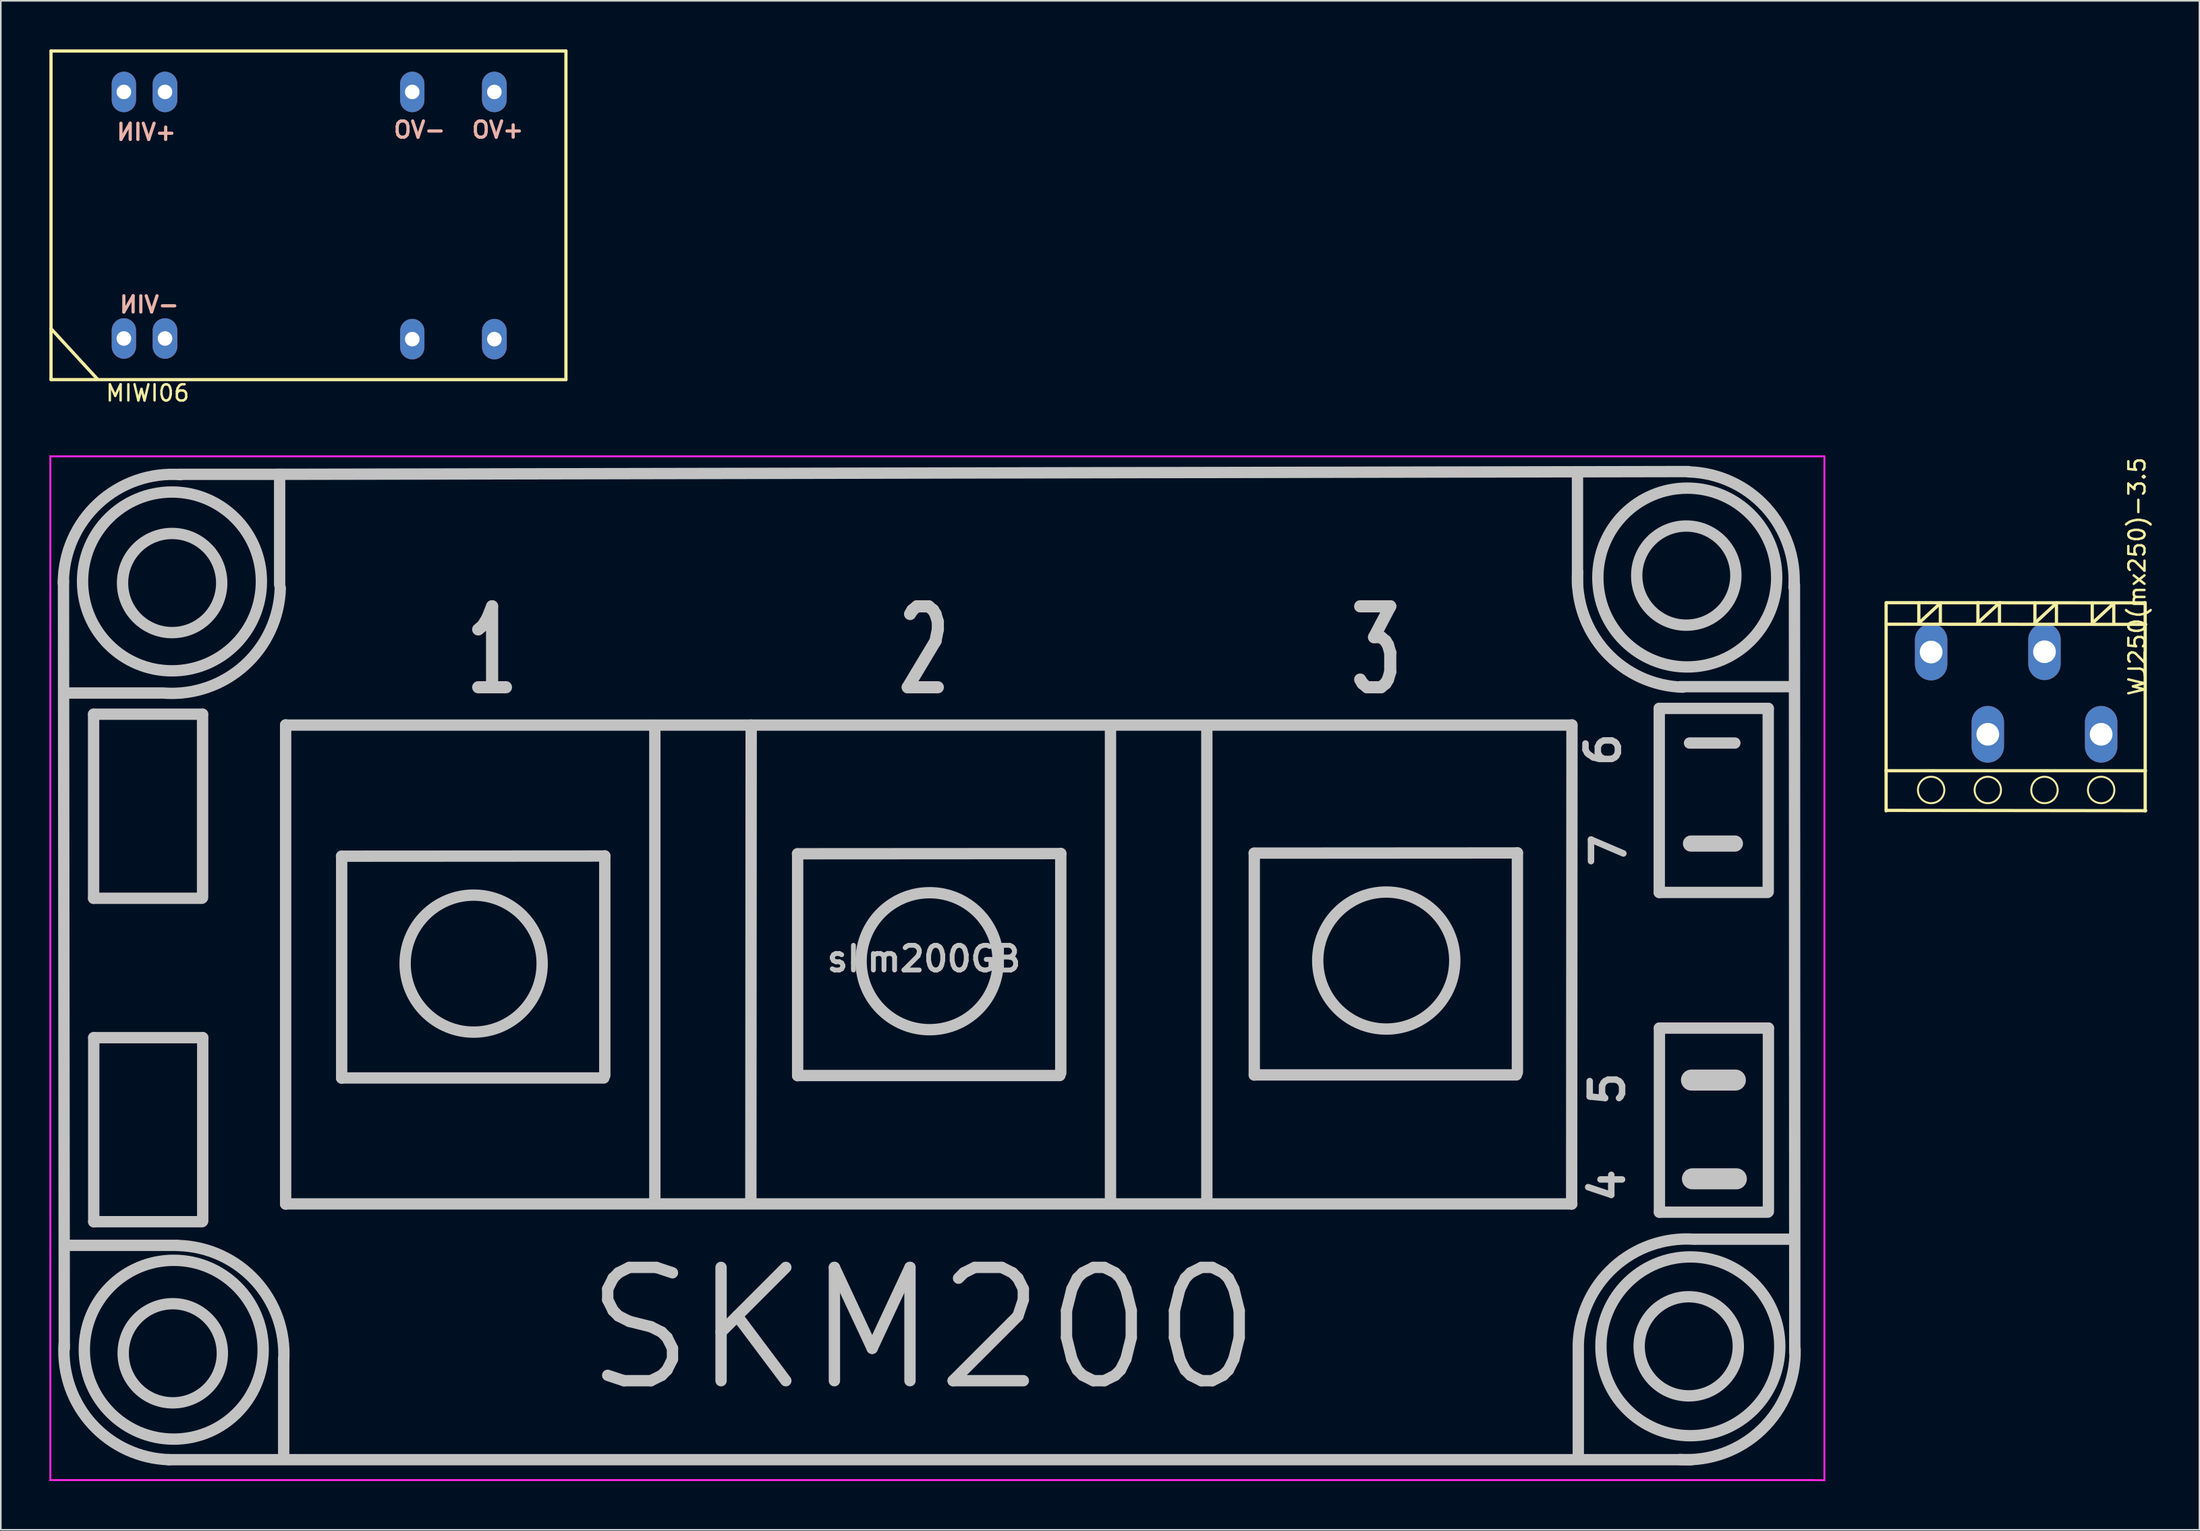
<source format=kicad_pcb>
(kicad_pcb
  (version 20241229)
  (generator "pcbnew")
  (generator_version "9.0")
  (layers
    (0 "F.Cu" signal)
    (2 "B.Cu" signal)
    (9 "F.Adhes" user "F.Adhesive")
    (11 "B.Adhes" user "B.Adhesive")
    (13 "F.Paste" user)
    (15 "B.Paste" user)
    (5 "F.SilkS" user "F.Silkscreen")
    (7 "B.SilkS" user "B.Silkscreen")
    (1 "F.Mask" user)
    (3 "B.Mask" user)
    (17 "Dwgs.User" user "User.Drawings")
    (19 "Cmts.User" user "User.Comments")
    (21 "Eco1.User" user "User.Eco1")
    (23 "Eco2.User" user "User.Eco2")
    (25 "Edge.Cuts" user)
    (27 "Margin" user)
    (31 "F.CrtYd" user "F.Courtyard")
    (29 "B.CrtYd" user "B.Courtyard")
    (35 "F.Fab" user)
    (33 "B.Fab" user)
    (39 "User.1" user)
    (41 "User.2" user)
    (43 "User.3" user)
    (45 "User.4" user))
  (footprint "skm200GB"
    (layer "F.Cu")
    (at 54.01 56.18)
    (property "Reference" "skm200GB" (at 0 0 0) (layer "Dwgs.User") (effects (font (size 1.524 1.524) (thickness 0.3))))
    (attr through_hole)
    (fp_line (start -53.09 24.07) (end -53.14 -23.36) (stroke (width 0.7) (type solid)) (layer "Dwgs.User"))
    (fp_line (start -51.28 -15.11) (end -51.28 -3.74) (stroke (width 0.7) (type solid)) (layer "Dwgs.User"))
    (fp_line (start -51.28 -3.74) (end -44.59 -3.74) (stroke (width 0.7) (type solid)) (layer "Dwgs.User"))
    (fp_line (start -51.27 4.87) (end -51.27 16.24) (stroke (width 0.7) (type solid)) (layer "Dwgs.User"))
    (fp_line (start -51.27 16.24) (end -44.58 16.24) (stroke (width 0.7) (type solid)) (layer "Dwgs.User"))
    (fp_line (start -47.01 -16.42) (end -53.08 -16.42) (stroke (width 0.7) (type solid)) (layer "Dwgs.User"))
    (fp_line (start -46.11 17.7) (end -53.05 17.7) (stroke (width 0.7) (type solid)) (layer "Dwgs.User"))
    (fp_line (start -44.55 -15.11) (end -51.28 -15.11) (stroke (width 0.7) (type solid)) (layer "Dwgs.User"))
    (fp_line (start -44.55 -3.78) (end -44.55 -15.11) (stroke (width 0.7) (type solid)) (layer "Dwgs.User"))
    (fp_line (start -44.54 4.87) (end -51.27 4.87) (stroke (width 0.7) (type solid)) (layer "Dwgs.User"))
    (fp_line (start -44.54 16.2) (end -44.54 4.87) (stroke (width 0.7) (type solid)) (layer "Dwgs.User"))
    (fp_line (start -39.79 -23.11) (end -39.79 -29.58) (stroke (width 0.7) (type solid)) (layer "Dwgs.User"))
    (fp_line (start -39.54 -29.93) (end -46.01 -29.93) (stroke (width 0.7) (type solid)) (layer "Dwgs.User"))
    (fp_line (start -39.54 24.71) (end -39.54 30.78) (stroke (width 0.7) (type solid)) (layer "Dwgs.User"))
    (fp_line (start -39.42 -14.45) (end -39.42 15.15) (stroke (width 0.7) (type solid)) (layer "Dwgs.User"))
    (fp_line (start -35.97 -6.34) (end -19.71 -6.35) (stroke (width 0.7) (type solid)) (layer "Dwgs.User"))
    (fp_line (start -35.96 -6.33) (end -35.96 7.37) (stroke (width 0.7) (type solid)) (layer "Dwgs.User"))
    (fp_line (start -35.96 7.36) (end -19.77 7.36) (stroke (width 0.7) (type solid)) (layer "Dwgs.User"))
    (fp_line (start -19.71 -6.36) (end -19.71 7.2) (stroke (width 0.7) (type solid)) (layer "Dwgs.User"))
    (fp_line (start -16.62 -14.43) (end -16.62 15.1) (stroke (width 0.7) (type solid)) (layer "Dwgs.User"))
    (fp_line (start -10.67 -14.44) (end -10.69 15.12) (stroke (width 0.7) (type solid)) (layer "Dwgs.User"))
    (fp_line (start -7.81 -6.49) (end 8.45 -6.5) (stroke (width 0.7) (type solid)) (layer "Dwgs.User"))
    (fp_line (start -7.8 -6.48) (end -7.8 7.22) (stroke (width 0.7) (type solid)) (layer "Dwgs.User"))
    (fp_line (start -7.8 7.21) (end 8.39 7.21) (stroke (width 0.7) (type solid)) (layer "Dwgs.User"))
    (fp_line (start 8.45 -6.51) (end 8.45 7.05) (stroke (width 0.7) (type solid)) (layer "Dwgs.User"))
    (fp_line (start 11.52 -14.42) (end 11.52 15.11) (stroke (width 0.7) (type solid)) (layer "Dwgs.User"))
    (fp_line (start 17.47 -14.41) (end 17.47 15.12) (stroke (width 0.7) (type solid)) (layer "Dwgs.User"))
    (fp_line (start 20.39 -6.53) (end 36.65 -6.54) (stroke (width 0.7) (type solid)) (layer "Dwgs.User"))
    (fp_line (start 20.4 -6.52) (end 20.4 7.18) (stroke (width 0.7) (type solid)) (layer "Dwgs.User"))
    (fp_line (start 20.4 7.17) (end 36.59 7.17) (stroke (width 0.7) (type solid)) (layer "Dwgs.User"))
    (fp_line (start 36.65 -6.55) (end 36.65 7.01) (stroke (width 0.7) (type solid)) (layer "Dwgs.User"))
    (fp_line (start 40.01 -14.44) (end -39.42 -14.44) (stroke (width 0.7) (type solid)) (layer "Dwgs.User"))
    (fp_line (start 40.01 15.14) (end -39.42 15.14) (stroke (width 0.7) (type solid)) (layer "Dwgs.User"))
    (fp_line (start 40.02 -14.45) (end 40 15.15) (stroke (width 0.7) (type solid)) (layer "Dwgs.User"))
    (fp_line (start 40.36 -30.06) (end 40.36 -23.07) (stroke (width 0.7) (type solid)) (layer "Dwgs.User"))
    (fp_line (start 40.41 23.98) (end 40.41 30.85) (stroke (width 0.7) (type solid)) (layer "Dwgs.User"))
    (fp_line (start 45.41 -15.47) (end 45.41 -4.1) (stroke (width 0.7) (type solid)) (layer "Dwgs.User"))
    (fp_line (start 45.41 -4.1) (end 52.1 -4.1) (stroke (width 0.7) (type solid)) (layer "Dwgs.User"))
    (fp_line (start 45.42 4.28) (end 45.42 15.65) (stroke (width 0.7) (type solid)) (layer "Dwgs.User"))
    (fp_line (start 45.42 15.65) (end 52.11 15.65) (stroke (width 0.7) (type solid)) (layer "Dwgs.User"))
    (fp_line (start 47.2 -30.1) (end -39.97 -29.93) (stroke (width 0.7) (type solid)) (layer "Dwgs.User"))
    (fp_line (start 47.41 30.94) (end -46.65 30.94) (stroke (width 0.7) (type solid)) (layer "Dwgs.User"))
    (fp_line (start 47.64 17.32) (end 53.72 17.32) (stroke (width 0.7) (type solid)) (layer "Dwgs.User"))
    (fp_line (start 50.08 -13.33) (end 47.28 -13.33) (stroke (width 0.7) (type solid)) (layer "Dwgs.User"))
    (fp_line (start 50.08 -7.12) (end 47.37 -7.12) (stroke (width 1) (type solid)) (layer "Dwgs.User"))
    (fp_line (start 50.11 7.49) (end 47.4 7.49) (stroke (width 1.3) (type solid)) (layer "Dwgs.User"))
    (fp_line (start 50.17 13.59) (end 47.46 13.59) (stroke (width 1.3) (type solid)) (layer "Dwgs.User"))
    (fp_line (start 52.14 -15.47) (end 45.41 -15.47) (stroke (width 0.7) (type solid)) (layer "Dwgs.User"))
    (fp_line (start 52.14 -4.14) (end 52.14 -15.47) (stroke (width 0.7) (type solid)) (layer "Dwgs.User"))
    (fp_line (start 52.15 4.28) (end 45.42 4.28) (stroke (width 0.7) (type solid)) (layer "Dwgs.User"))
    (fp_line (start 52.15 15.61) (end 52.15 4.28) (stroke (width 0.7) (type solid)) (layer "Dwgs.User"))
    (fp_line (start 53.68 -16.81) (end 46.69 -16.81) (stroke (width 0.7) (type solid)) (layer "Dwgs.User"))
    (fp_line (start 53.78 24.32) (end 53.76 -23.1) (stroke (width 0.7) (type solid)) (layer "Dwgs.User"))
    (fp_arc (start -53.149295 -23.209998) (mid -50.984225 -28.139239) (end -45.9 -29.91) (stroke (width 0.7) (type solid)) (layer "Dwgs.User"))
    (fp_arc (start -46.607961 30.940247) (mid -51.36333 28.756306) (end -53.1 23.82) (stroke (width 0.7) (type solid)) (layer "Dwgs.User"))
    (fp_arc (start -46.032039 17.709753) (mid -41.27667 19.893694) (end -39.54 24.83) (stroke (width 0.7) (type solid)) (layer "Dwgs.User"))
    (fp_arc (start -39.749939 -22.902045) (mid -41.93388 -18.146676) (end -46.870186 -16.410006) (stroke (width 0.7) (type solid)) (layer "Dwgs.User"))
    (fp_arc (start 40.409753 23.812039) (mid 42.593694 19.05667) (end 47.53 17.32) (stroke (width 0.7) (type solid)) (layer "Dwgs.User"))
    (fp_arc (start 46.862039 -16.779753) (mid 42.10667 -18.963694) (end 40.37 -23.9) (stroke (width 0.7) (type solid)) (layer "Dwgs.User"))
    (fp_arc (start 47.237961 -30.080247) (mid 51.99333 -27.896306) (end 53.73 -22.96) (stroke (width 0.7) (type solid)) (layer "Dwgs.User"))
    (fp_arc (start 53.8 24.129967) (mid 51.726645 29.088264) (end 46.677732 30.93) (stroke (width 0.7) (type solid)) (layer "Dwgs.User"))
    (fp_circle (center -46.44 -23.313) (end -40.917 -23.313) (stroke (width 0.7) (type solid)) (fill no) (layer "Dwgs.User"))
    (fp_circle (center -46.43 -23.213) (end -43.368 -23.213) (stroke (width 0.7) (type solid)) (fill no) (layer "Dwgs.User"))
    (fp_circle (center -46.39 24.367) (end -43.328 24.367) (stroke (width 0.7) (type solid)) (fill no) (layer "Dwgs.User"))
    (fp_circle (center -46.33 24.147) (end -40.807 24.147) (stroke (width 0.7) (type solid)) (fill no) (layer "Dwgs.User"))
    (fp_circle (center -27.81 0.297) (end -23.578 0.297) (stroke (width 0.7) (type solid)) (fill no) (layer "Dwgs.User"))
    (fp_circle (center 0.35 0.147) (end 4.58 0.03) (stroke (width 0.7) (type solid)) (fill no) (layer "Dwgs.User"))
    (fp_circle (center 28.55 0.107) (end 32.782 0.107) (stroke (width 0.7) (type solid)) (fill no) (layer "Dwgs.User"))
    (fp_circle (center 47.08 -23.673) (end 50.142 -23.673) (stroke (width 0.7) (type solid)) (fill no) (layer "Dwgs.User"))
    (fp_circle (center 47.14 -23.553) (end 52.663 -23.553) (stroke (width 0.7) (type solid)) (fill no) (layer "Dwgs.User"))
    (fp_circle (center 47.23 23.937) (end 50.292 23.937) (stroke (width 0.7) (type solid)) (fill no) (layer "Dwgs.User"))
    (fp_circle (center 47.33 23.937) (end 52.853 23.937) (stroke (width 0.7) (type solid)) (fill no) (layer "Dwgs.User"))
    (fp_line (start -53.95 -31.04) (end 55.61 -31.04) (stroke (width 0.12) (type solid)) (layer "F.CrtYd"))
    (fp_line (start -53.95 32.2) (end -53.95 -31.04) (stroke (width 0.12) (type solid)) (layer "F.CrtYd"))
    (fp_line (start 54.73 32.2) (end -53.95 32.2) (stroke (width 0.12) (type solid)) (layer "F.CrtYd"))
    (fp_line (start 55.61 -31.04) (end 55.61 32.21) (stroke (width 0.12) (type solid)) (layer "F.CrtYd"))
    (fp_line (start 55.61 32.21) (end 54.72 32.2) (stroke (width 0.12) (type solid)) (layer "F.CrtYd"))
    (fp_text user "1" (at -26.67 -19.05 180) (layer "Dwgs.User") (effects (font (size 5 3) (thickness 0.75))))
    (fp_text user "6" (at 41.95 -12.92 270) (layer "Dwgs.User") (effects (font (size 2 2) (thickness 0.4))))
    (fp_text user "3" (at 27.94 -19.05 180) (layer "Dwgs.User") (effects (font (size 5 3) (thickness 0.75))))
    (fp_text user "2" (at 0 -19.05 180) (layer "Dwgs.User") (effects (font (size 5 3) (thickness 0.75))))
    (fp_text user "5" (at 42.21 8.03 270) (layer "Dwgs.User") (effects (font (size 2 2) (thickness 0.4))))
    (fp_text user "4" (at 42.21 14.01 270) (layer "Dwgs.User") (effects (font (size 2 2) (thickness 0.4))))
    (fp_text user "7" (at 42.29 -6.7 270) (layer "Dwgs.User") (effects (font (size 2 2) (thickness 0.4))))
    (fp_text user "SKM200" (at -0.03 22.86 0) (layer "Dwgs.User") (effects (font (size 7 7) (thickness 0.7)))))
  (footprint "MIWI06"
    (layer "F.Cu")
    (at 15.05 10.93)
    (property "Reference" "MIWI06" (at -8.984 10.302 0) (layer "F.SilkS") (effects (font (size 1 1) (thickness 0.15))))
    (attr through_hole)
    (fp_line (start -14.95 6.32) (end -12.1 9.42) (stroke (width 0.2) (type solid)) (layer "F.SilkS"))
    (fp_line (start -14.95 9.47) (end -14.95 -10.83) (stroke (width 0.2) (type solid)) (layer "F.SilkS"))
    (fp_line (start -14.95 9.47) (end 16.85 9.47) (stroke (width 0.2) (type solid)) (layer "F.SilkS"))
    (fp_line (start 16.85 -10.83) (end -14.95 -10.83) (stroke (width 0.2) (type solid)) (layer "F.SilkS"))
    (fp_line (start 16.85 -10.83) (end 16.85 9.47) (stroke (width 0.2) (type solid)) (layer "F.SilkS"))
    (fp_text user "-VIN" (at -8.88 4.84 0) (layer "B.SilkS") (effects (font (size 1 1) (thickness 0.2)) (justify mirror)))
    (fp_text user "+VIN" (at -9.06 -5.82 0) (layer "B.SilkS") (effects (font (size 1 1) (thickness 0.2)) (justify mirror)))
    (fp_text user "+VO" (at 12.64 -5.96 0) (layer "B.SilkS") (effects (font (size 1 1) (thickness 0.2)) (justify mirror)))
    (fp_text user "-VO" (at 7.81 -5.96 0) (layer "B.SilkS") (effects (font (size 1 1) (thickness 0.2)) (justify mirror)))
    (pad "2" thru_hole oval (at -10.45 6.93) (size 1.5 2.5) (drill 0.9) (layers "*.Cu" "*.Mask"))
    (pad "3" thru_hole oval (at -7.91 6.93) (size 1.524 2.5) (drill 0.9) (layers "*.Cu" "*.Mask"))
    (pad "9" thru_hole oval (at 7.36 6.97) (size 1.5 2.5) (drill 0.9) (layers "*.Cu" "*.Mask"))
    (pad "11" thru_hole oval (at 12.43 6.97) (size 1.524 2.5) (drill 0.9) (layers "*.Cu" "*.Mask"))
    (pad "14" thru_hole oval (at 12.43 -8.3) (size 1.524 2.5) (drill 0.9) (layers "*.Cu" "*.Mask"))
    (pad "16" thru_hole oval (at 7.36 -8.3) (size 1.5 2.5) (drill 0.9) (layers "*.Cu" "*.Mask"))
    (pad "22" thru_hole oval (at -7.91 -8.3) (size 1.524 2.5) (drill 0.9) (layers "*.Cu" "*.Mask"))
    (pad "23" thru_hole oval (at -10.45 -8.3) (size 1.5 2.5) (drill 0.9) (layers "*.Cu" "*.Mask")))
  (footprint "WJ250(mx250)-3.5"
    (layer "F.Cu")
    (at 112.93 47.04)
    (property "Reference" "WJ250(mx250)-3.5" (at 16.002 -14.478 270) (layer "F.SilkS") (effects (font (size 1 1) (thickness 0.15))))
    (attr through_hole)
    (fp_line (start 0.49 -2.48) (end 16.52 -2.48) (stroke (width 0.2) (type solid)) (layer "F.SilkS"))
    (fp_line (start 0.5 0) (end 0.5 -12.86) (stroke (width 0.2) (type solid)) (layer "F.SilkS"))
    (fp_line (start 0.52 -0.03) (end 16.53 -0.01) (stroke (width 0.2) (type solid)) (layer "F.SilkS"))
    (fp_line (start 0.53 -11.53) (end 16.53 -11.52) (stroke (width 0.2) (type solid)) (layer "F.SilkS"))
    (fp_line (start 2.52 -11.56) (end 2.52 -12.85) (stroke (width 0.2) (type solid)) (layer "F.SilkS"))
    (fp_line (start 3.85 -12.82) (end 3.85 -11.55) (stroke (width 0.2) (type solid)) (layer "F.SilkS"))
    (fp_line (start 3.87 -12.85) (end 2.49 -11.57) (stroke (width 0.2) (type solid)) (layer "F.SilkS"))
    (fp_line (start 6.17 -11.58) (end 6.17 -12.87) (stroke (width 0.2) (type solid)) (layer "F.SilkS"))
    (fp_line (start 7.5 -12.84) (end 7.5 -11.57) (stroke (width 0.2) (type solid)) (layer "F.SilkS"))
    (fp_line (start 7.52 -12.87) (end 6.14 -11.59) (stroke (width 0.2) (type solid)) (layer "F.SilkS"))
    (fp_line (start 9.69 -11.56) (end 9.69 -12.85) (stroke (width 0.2) (type solid)) (layer "F.SilkS"))
    (fp_line (start 11.02 -12.82) (end 11.02 -11.55) (stroke (width 0.2) (type solid)) (layer "F.SilkS"))
    (fp_line (start 11.04 -12.85) (end 9.66 -11.57) (stroke (width 0.2) (type solid)) (layer "F.SilkS"))
    (fp_line (start 13.23 -11.55) (end 13.23 -12.84) (stroke (width 0.2) (type solid)) (layer "F.SilkS"))
    (fp_line (start 14.56 -12.81) (end 14.56 -11.54) (stroke (width 0.2) (type solid)) (layer "F.SilkS"))
    (fp_line (start 14.58 -12.84) (end 13.2 -11.56) (stroke (width 0.2) (type solid)) (layer "F.SilkS"))
    (fp_line (start 16.49 -12.85) (end 0.53 -12.86) (stroke (width 0.2) (type solid)) (layer "F.SilkS"))
    (fp_line (start 16.5 -12.86) (end 16.5 0) (stroke (width 0.2) (type solid)) (layer "F.SilkS"))
    (fp_circle (center 3.28 -1.29) (end 3.12 -0.49) (stroke (width 0.12) (type solid)) (fill no) (layer "F.SilkS"))
    (fp_circle (center 6.78 -1.29) (end 6.62 -0.49) (stroke (width 0.12) (type solid)) (fill no) (layer "F.SilkS"))
    (fp_circle (center 10.28 -1.29) (end 10.12 -0.49) (stroke (width 0.12) (type solid)) (fill no) (layer "F.SilkS"))
    (fp_circle (center 13.78 -1.29) (end 13.62 -0.49) (stroke (width 0.12) (type solid)) (fill no) (layer "F.SilkS"))
    (pad "1" thru_hole oval (at 3.28 -9.81) (size 2 3.5) (drill 1.4) (layers "*.Cu" "*.Mask"))
    (pad "2" thru_hole oval (at 6.78 -4.73) (size 2 3.5) (drill 1.4) (layers "*.Cu" "*.Mask"))
    (pad "3" thru_hole oval (at 10.28 -9.83) (size 2 3.5) (drill 1.4) (layers "*.Cu" "*.Mask"))
    (pad "4" thru_hole oval (at 13.78 -4.73) (size 2 3.5) (drill 1.4) (layers "*.Cu" "*.Mask")))
  (gr_rect
    (start -3 -3)
    (end 132.78 91.45)
    (stroke (width 0.1) (type default))
    (fill no)
    (layer "Edge.Cuts")))
</source>
